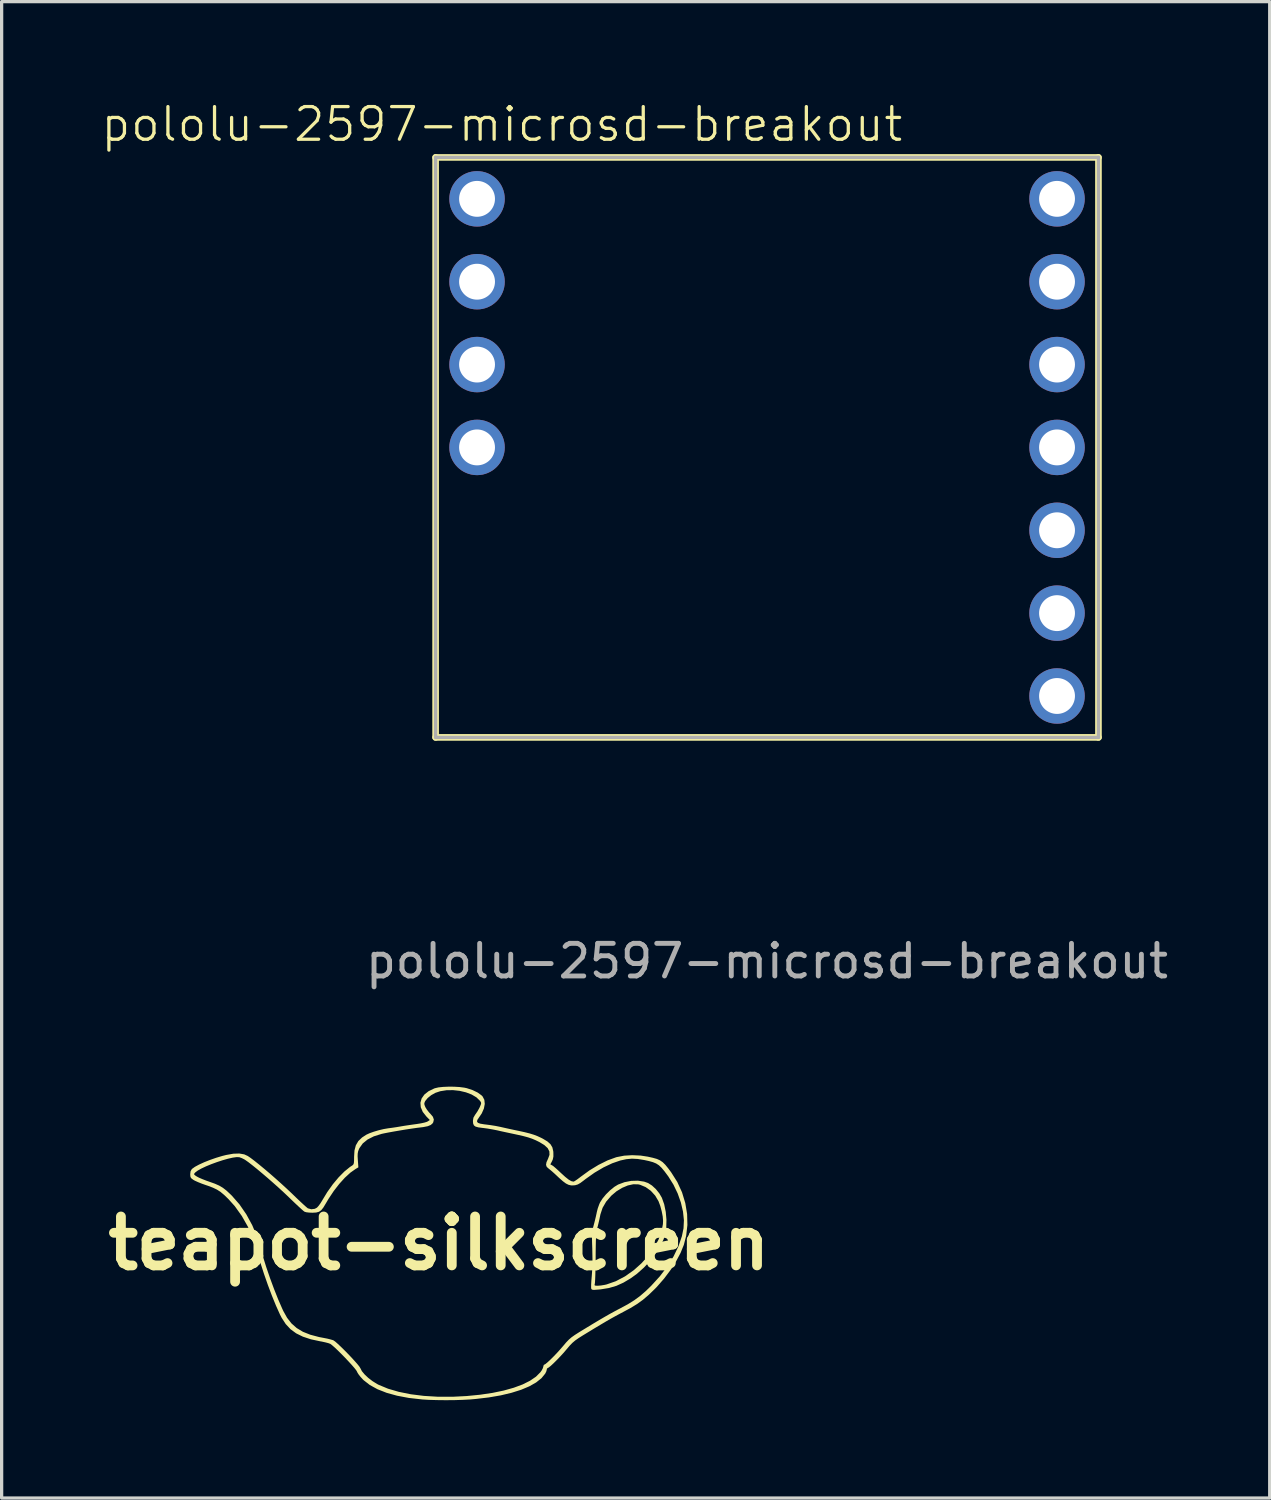
<source format=kicad_pcb>
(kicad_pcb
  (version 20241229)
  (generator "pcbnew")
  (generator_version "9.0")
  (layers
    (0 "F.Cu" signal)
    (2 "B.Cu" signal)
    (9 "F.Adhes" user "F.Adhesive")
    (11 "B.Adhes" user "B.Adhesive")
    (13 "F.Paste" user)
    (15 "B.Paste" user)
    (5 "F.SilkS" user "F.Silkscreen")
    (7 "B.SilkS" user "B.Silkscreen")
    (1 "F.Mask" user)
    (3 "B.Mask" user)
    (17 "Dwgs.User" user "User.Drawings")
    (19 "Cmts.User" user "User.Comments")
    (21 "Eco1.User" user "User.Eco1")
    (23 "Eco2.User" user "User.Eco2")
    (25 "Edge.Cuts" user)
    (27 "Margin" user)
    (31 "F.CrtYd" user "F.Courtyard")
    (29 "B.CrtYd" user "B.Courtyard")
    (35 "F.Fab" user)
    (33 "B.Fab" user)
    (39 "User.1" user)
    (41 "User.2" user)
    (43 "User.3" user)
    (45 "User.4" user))
  (footprint "pololu-2597-microsd-breakout"
    (layer "F.Cu")
    (at 20.464 10.666)
    (property "Reference" "pololu-2597-microsd-breakout" (at -8.128 -9.906 0) (unlocked yes) (layer "F.SilkS") (effects (font (size 1 1) (thickness 0.1))))
    (attr through_hole)
    (fp_line (start -10.16 -8.89) (end -10.16 8.89) (stroke (width 0.203) (type default)) (layer "F.SilkS"))
    (fp_line (start -10.16 -8.89) (end 10.16 -8.89) (stroke (width 0.203) (type default)) (layer "F.SilkS"))
    (fp_line (start -10.16 8.89) (end 10.16 8.89) (stroke (width 0.203) (type default)) (layer "F.SilkS"))
    (fp_line (start 10.16 -8.89) (end 10.16 8.89) (stroke (width 0.203) (type default)) (layer "F.SilkS"))
    (fp_line (start -10.16 -8.89) (end -10.16 8.89) (stroke (width 0.102) (type default)) (layer "F.Fab"))
    (fp_line (start -10.16 -8.89) (end 10.16 -8.89) (stroke (width 0.102) (type default)) (layer "F.Fab"))
    (fp_line (start -10.16 8.89) (end 10.16 8.89) (stroke (width 0.102) (type default)) (layer "F.Fab"))
    (fp_line (start 10.16 8.89) (end 10.16 -8.89) (stroke (width 0.102) (type default)) (layer "F.Fab"))
    (fp_text user "${REFERENCE}" (at 0 15.748 0) (unlocked yes) (layer "F.Fab") (effects (font (size 1 1) (thickness 0.15))))
    (pad "1" thru_hole circle (at -8.89 -2.54) (size 1.7 1.7) (drill 1.1) (layers "*.Cu" "*.Mask"))
    (pad "2" thru_hole circle (at 8.89 5.08) (size 1.7 1.7) (drill 1.1) (layers "*.Cu" "*.Mask"))
    (pad "3" thru_hole circle (at 8.89 -2.54) (size 1.7 1.7) (drill 1.1) (layers "*.Cu" "*.Mask"))
    (pad "4" thru_hole circle (at -8.89 -5.08) (size 1.7 1.7) (drill 1.1) (layers "*.Cu" "*.Mask"))
    (pad "4" thru_hole circle (at 8.89 -5.08) (size 1.7 1.7) (drill 1.1) (layers "*.Cu" "*.Mask"))
    (pad "5" thru_hole circle (at 8.89 2.54) (size 1.7 1.7) (drill 1.1) (layers "*.Cu" "*.Mask"))
    (pad "6" thru_hole circle (at -8.89 -7.62) (size 1.7 1.7) (drill 1.1) (layers "*.Cu" "*.Mask"))
    (pad "7" thru_hole circle (at 8.89 0) (size 1.7 1.7) (drill 1.1) (layers "*.Cu" "*.Mask"))
    (pad "8" thru_hole circle (at -8.89 0) (size 1.7 1.7) (drill 1.1) (layers "*.Cu" "*.Mask"))
    (pad "9" thru_hole circle (at 8.89 -7.62) (size 1.7 1.7) (drill 1.1) (layers "*.Cu" "*.Mask"))
    (pad "10" thru_hole circle (at 8.89 7.62) (size 1.7 1.7) (drill 1.1) (layers "*.Cu" "*.Mask")))
  (footprint "teapot-silkscreen"
    (layer "F.Cu")
    (at 10.407 35.064)
    (property "Reference" "teapot-silkscreen" (at 0 0 0) (layer "F.SilkS") (effects (font (size 1.5 1.5) (thickness 0.3))))
    (attr board_only exclude_from_pos_files exclude_from_bom)
    (fp_poly (pts (xy 6.289 -1.89) (xy 6.411 -1.847) (xy 6.53 -1.771) (xy 6.65 -1.66) (xy 6.756 -1.528) (xy 6.834 -1.394) (xy 6.905 -1.193) (xy 6.952 -0.963) (xy 6.974 -0.72) (xy 6.968 -0.481) (xy 6.948 -0.335) (xy 6.888 -0.127) (xy 6.785 0.092) (xy 6.646 0.316) (xy 6.477 0.536) (xy 6.284 0.744) (xy 6.073 0.932) (xy 5.882 1.071) (xy 5.654 1.207) (xy 5.437 1.305) (xy 5.211 1.371) (xy 4.96 1.412) (xy 4.886 1.419) (xy 4.783 1.427) (xy 4.721 1.427) (xy 4.687 1.418) (xy 4.67 1.397) (xy 4.668 1.392) (xy 4.664 1.35) (xy 4.665 1.279) (xy 4.768 1.279) (xy 4.784 1.296) (xy 4.835 1.301) (xy 4.871 1.301) (xy 4.963 1.294) (xy 5.074 1.276) (xy 5.137 1.262) (xy 5.421 1.163) (xy 5.702 1.015) (xy 5.974 0.823) (xy 6.208 0.613) (xy 6.421 0.377) (xy 6.595 0.135) (xy 6.729 -0.11) (xy 6.82 -0.351) (xy 6.865 -0.585) (xy 6.87 -0.687) (xy 6.859 -0.823) (xy 6.828 -0.982) (xy 6.785 -1.143) (xy 6.733 -1.282) (xy 6.73 -1.29) (xy 6.627 -1.463) (xy 6.493 -1.61) (xy 6.336 -1.722) (xy 6.167 -1.793) (xy 6.113 -1.806) (xy 5.959 -1.81) (xy 5.79 -1.773) (xy 5.614 -1.699) (xy 5.441 -1.593) (xy 5.282 -1.458) (xy 5.281 -1.456) (xy 5.125 -1.276) (xy 5.016 -1.088) (xy 4.949 -0.885) (xy 4.941 -0.845) (xy 4.919 -0.738) (xy 4.889 -0.609) (xy 4.86 -0.494) (xy 4.844 -0.43) (xy 4.832 -0.363) (xy 4.823 -0.287) (xy 4.816 -0.193) (xy 4.81 -0.075) (xy 4.807 0.074) (xy 4.804 0.263) (xy 4.803 0.442) (xy 4.801 0.636) (xy 4.797 0.816) (xy 4.793 0.973) (xy 4.788 1.101) (xy 4.783 1.192) (xy 4.778 1.24) (xy 4.777 1.243) (xy 4.768 1.279) (xy 4.665 1.279) (xy 4.665 1.268) (xy 4.671 1.157) (xy 4.682 1.028) (xy 4.684 1.007) (xy 4.701 0.767) (xy 4.706 0.498) (xy 4.7 0.188) (xy 4.7 0.17) (xy 4.694 -0.005) (xy 4.691 -0.138) (xy 4.691 -0.241) (xy 4.696 -0.322) (xy 4.705 -0.393) (xy 4.72 -0.465) (xy 4.741 -0.546) (xy 4.745 -0.56) (xy 4.778 -0.687) (xy 4.809 -0.817) (xy 4.833 -0.926) (xy 4.837 -0.949) (xy 4.867 -1.066) (xy 4.911 -1.19) (xy 4.936 -1.248) (xy 5.012 -1.369) (xy 5.12 -1.5) (xy 5.247 -1.625) (xy 5.378 -1.731) (xy 5.491 -1.8) (xy 5.687 -1.873) (xy 5.894 -1.913) (xy 6.099 -1.919)) (stroke (width 0) (type solid)) (fill yes) (layer "F.SilkS"))
    (fp_poly (pts (xy 0.464 -4.8) (xy 0.631 -4.79) (xy 0.777 -4.771) (xy 0.852 -4.755) (xy 1.033 -4.695) (xy 1.186 -4.621) (xy 1.302 -4.537) (xy 1.337 -4.502) (xy 1.391 -4.398) (xy 1.404 -4.272) (xy 1.377 -4.131) (xy 1.312 -3.982) (xy 1.224 -3.853) (xy 1.177 -3.783) (xy 1.166 -3.731) (xy 1.194 -3.693) (xy 1.266 -3.667) (xy 1.385 -3.647) (xy 1.437 -3.641) (xy 1.576 -3.623) (xy 1.733 -3.598) (xy 1.878 -3.569) (xy 1.891 -3.566) (xy 2.015 -3.538) (xy 2.168 -3.504) (xy 2.327 -3.47) (xy 2.433 -3.448) (xy 2.625 -3.406) (xy 2.777 -3.368) (xy 2.904 -3.329) (xy 3.017 -3.286) (xy 3.13 -3.234) (xy 3.183 -3.207) (xy 3.323 -3.123) (xy 3.418 -3.038) (xy 3.476 -2.94) (xy 3.504 -2.82) (xy 3.507 -2.775) (xy 3.508 -2.66) (xy 3.49 -2.572) (xy 3.466 -2.517) (xy 3.414 -2.419) (xy 3.47 -2.389) (xy 3.512 -2.36) (xy 3.58 -2.302) (xy 3.664 -2.226) (xy 3.735 -2.159) (xy 3.87 -2.036) (xy 3.977 -1.951) (xy 4.059 -1.904) (xy 4.12 -1.891) (xy 4.138 -1.894) (xy 4.176 -1.916) (xy 4.242 -1.961) (xy 4.322 -2.021) (xy 4.333 -2.03) (xy 4.613 -2.234) (xy 4.894 -2.405) (xy 5.168 -2.541) (xy 5.428 -2.636) (xy 5.455 -2.643) (xy 5.677 -2.686) (xy 5.925 -2.701) (xy 6.182 -2.689) (xy 6.399 -2.656) (xy 6.556 -2.621) (xy 6.677 -2.587) (xy 6.774 -2.544) (xy 6.857 -2.487) (xy 6.938 -2.407) (xy 7.027 -2.298) (xy 7.12 -2.173) (xy 7.307 -1.877) (xy 7.451 -1.562) (xy 7.551 -1.233) (xy 7.607 -0.897) (xy 7.616 -0.561) (xy 7.578 -0.23) (xy 7.507 0.047) (xy 7.408 0.291) (xy 7.27 0.552) (xy 7.1 0.818) (xy 6.903 1.08) (xy 6.687 1.328) (xy 6.61 1.407) (xy 6.426 1.585) (xy 6.252 1.733) (xy 6.073 1.862) (xy 5.874 1.984) (xy 5.66 2.099) (xy 5.535 2.165) (xy 5.409 2.233) (xy 5.276 2.307) (xy 5.13 2.391) (xy 4.963 2.49) (xy 4.769 2.606) (xy 4.541 2.745) (xy 4.406 2.827) (xy 4.275 2.91) (xy 4.176 2.98) (xy 4.093 3.05) (xy 4.012 3.133) (xy 3.92 3.241) (xy 3.91 3.253) (xy 3.815 3.364) (xy 3.712 3.476) (xy 3.609 3.583) (xy 3.512 3.679) (xy 3.429 3.756) (xy 3.366 3.807) (xy 3.33 3.826) (xy 3.33 3.826) (xy 3.309 3.847) (xy 3.305 3.871) (xy 3.292 3.924) (xy 3.26 3.99) (xy 3.257 3.995) (xy 3.142 4.136) (xy 2.979 4.266) (xy 2.77 4.385) (xy 2.518 4.491) (xy 2.225 4.583) (xy 1.895 4.662) (xy 1.529 4.725) (xy 1.131 4.772) (xy 0.95 4.788) (xy 0.724 4.8) (xy 0.47 4.808) (xy 0.202 4.81) (xy -0.063 4.807) (xy -0.309 4.8) (xy -0.52 4.787) (xy -0.525 4.786) (xy -0.923 4.741) (xy -1.284 4.673) (xy -1.605 4.584) (xy -1.885 4.474) (xy -2.121 4.344) (xy -2.311 4.196) (xy -2.33 4.177) (xy -2.406 4.094) (xy -2.469 4.013) (xy -2.508 3.949) (xy -2.512 3.936) (xy -2.538 3.892) (xy -2.595 3.82) (xy -2.676 3.727) (xy -2.774 3.62) (xy -2.882 3.505) (xy -2.993 3.392) (xy -3.101 3.285) (xy -3.197 3.194) (xy -3.276 3.125) (xy -3.331 3.084) (xy -3.335 3.082) (xy -3.392 3.061) (xy -3.484 3.037) (xy -3.594 3.013) (xy -3.635 3.006) (xy -3.925 2.944) (xy -4.171 2.863) (xy -4.378 2.761) (xy -4.552 2.633) (xy -4.698 2.476) (xy -4.822 2.285) (xy -4.876 2.18) (xy -4.997 1.911) (xy -5.122 1.605) (xy -5.246 1.276) (xy -5.364 0.938) (xy -5.471 0.607) (xy -5.562 0.296) (xy -5.585 0.208) (xy -5.702 -0.155) (xy -5.857 -0.507) (xy -6.045 -0.838) (xy -6.26 -1.139) (xy -6.455 -1.356) (xy -6.583 -1.48) (xy -6.694 -1.573) (xy -6.805 -1.645) (xy -6.931 -1.705) (xy -7.086 -1.764) (xy -7.146 -1.784) (xy -7.27 -1.828) (xy -7.387 -1.875) (xy -7.48 -1.917) (xy -7.524 -1.941) (xy -7.587 -1.986) (xy -7.617 -2.029) (xy -7.625 -2.092) (xy -7.625 -2.117) (xy -7.624 -2.131) (xy -7.505 -2.131) (xy -7.504 -2.106) (xy -7.47 -2.077) (xy -7.422 -2.046) (xy -7.354 -2.01) (xy -7.251 -1.966) (xy -7.13 -1.919) (xy -7.042 -1.888) (xy -6.873 -1.828) (xy -6.739 -1.769) (xy -6.626 -1.702) (xy -6.516 -1.617) (xy -6.395 -1.504) (xy -6.35 -1.46) (xy -6.116 -1.193) (xy -5.905 -0.886) (xy -5.723 -0.551) (xy -5.574 -0.196) (xy -5.481 0.104) (xy -5.396 0.407) (xy -5.294 0.733) (xy -5.178 1.071) (xy -5.055 1.404) (xy -4.93 1.718) (xy -4.807 2) (xy -4.772 2.076) (xy -4.656 2.284) (xy -4.521 2.457) (xy -4.362 2.598) (xy -4.171 2.713) (xy -3.945 2.803) (xy -3.677 2.874) (xy -3.53 2.902) (xy -3.418 2.924) (xy -3.318 2.949) (xy -3.246 2.971) (xy -3.231 2.978) (xy -3.18 3.014) (xy -3.104 3.081) (xy -3.009 3.17) (xy -2.902 3.275) (xy -2.791 3.388) (xy -2.682 3.502) (xy -2.583 3.611) (xy -2.499 3.706) (xy -2.439 3.781) (xy -2.41 3.829) (xy -2.408 3.832) (xy -2.363 3.92) (xy -2.279 4.021) (xy -2.168 4.126) (xy -2.037 4.226) (xy -1.898 4.313) (xy -1.848 4.339) (xy -1.561 4.458) (xy -1.232 4.554) (xy -0.865 4.628) (xy -0.465 4.678) (xy -0.037 4.704) (xy 0.415 4.705) (xy 0.846 4.683) (xy 1.257 4.643) (xy 1.637 4.587) (xy 1.983 4.515) (xy 2.293 4.428) (xy 2.563 4.328) (xy 2.791 4.214) (xy 2.974 4.089) (xy 3.11 3.952) (xy 3.153 3.891) (xy 3.186 3.825) (xy 3.201 3.77) (xy 3.201 3.767) (xy 3.213 3.728) (xy 3.226 3.722) (xy 3.262 3.703) (xy 3.324 3.652) (xy 3.407 3.576) (xy 3.504 3.48) (xy 3.607 3.373) (xy 3.709 3.261) (xy 3.805 3.15) (xy 3.806 3.149) (xy 3.9 3.038) (xy 3.982 2.953) (xy 4.064 2.882) (xy 4.161 2.813) (xy 4.288 2.732) (xy 4.302 2.723) (xy 4.55 2.572) (xy 4.761 2.444) (xy 4.941 2.337) (xy 5.097 2.246) (xy 5.237 2.166) (xy 5.365 2.096) (xy 5.49 2.029) (xy 5.556 1.995) (xy 5.788 1.87) (xy 5.984 1.748) (xy 6.162 1.618) (xy 6.336 1.468) (xy 6.506 1.303) (xy 6.773 1.01) (xy 7.003 0.707) (xy 7.194 0.398) (xy 7.343 0.088) (xy 7.447 -0.216) (xy 7.497 -0.459) (xy 7.509 -0.705) (xy 7.481 -0.972) (xy 7.416 -1.249) (xy 7.318 -1.527) (xy 7.189 -1.796) (xy 7.032 -2.047) (xy 7.016 -2.069) (xy 6.911 -2.21) (xy 6.823 -2.315) (xy 6.743 -2.391) (xy 6.658 -2.446) (xy 6.559 -2.487) (xy 6.433 -2.522) (xy 6.295 -2.552) (xy 6.092 -2.585) (xy 5.915 -2.594) (xy 5.743 -2.578) (xy 5.559 -2.538) (xy 5.312 -2.453) (xy 5.047 -2.328) (xy 4.772 -2.166) (xy 4.496 -1.971) (xy 4.428 -1.918) (xy 4.332 -1.847) (xy 4.256 -1.804) (xy 4.184 -1.782) (xy 4.14 -1.776) (xy 4.054 -1.774) (xy 3.975 -1.792) (xy 3.893 -1.832) (xy 3.799 -1.902) (xy 3.683 -2.004) (xy 3.643 -2.042) (xy 3.551 -2.128) (xy 3.463 -2.207) (xy 3.392 -2.266) (xy 3.364 -2.288) (xy 3.304 -2.342) (xy 3.282 -2.405) (xy 3.296 -2.485) (xy 3.345 -2.594) (xy 3.388 -2.711) (xy 3.384 -2.817) (xy 3.332 -2.917) (xy 3.23 -3.011) (xy 3.079 -3.103) (xy 2.963 -3.16) (xy 2.851 -3.207) (xy 2.732 -3.247) (xy 2.592 -3.285) (xy 2.42 -3.324) (xy 2.329 -3.344) (xy 2.179 -3.376) (xy 2.019 -3.41) (xy 1.872 -3.442) (xy 1.787 -3.462) (xy 1.646 -3.49) (xy 1.489 -3.517) (xy 1.347 -3.536) (xy 1.333 -3.537) (xy 1.205 -3.554) (xy 1.12 -3.578) (xy 1.071 -3.615) (xy 1.047 -3.672) (xy 1.041 -3.755) (xy 1.041 -3.755) (xy 1.056 -3.85) (xy 1.109 -3.942) (xy 1.12 -3.956) (xy 1.18 -4.044) (xy 1.237 -4.146) (xy 1.252 -4.178) (xy 1.283 -4.251) (xy 1.293 -4.296) (xy 1.283 -4.33) (xy 1.256 -4.369) (xy 1.149 -4.473) (xy 1.003 -4.56) (xy 0.828 -4.627) (xy 0.634 -4.673) (xy 0.431 -4.695) (xy 0.23 -4.692) (xy 0.04 -4.662) (xy -0.11 -4.612) (xy -0.236 -4.542) (xy -0.345 -4.454) (xy -0.42 -4.363) (xy -0.428 -4.348) (xy -0.449 -4.297) (xy -0.446 -4.248) (xy -0.419 -4.179) (xy -0.418 -4.175) (xy -0.37 -4.097) (xy -0.303 -4.011) (xy -0.263 -3.97) (xy -0.186 -3.878) (xy -0.157 -3.793) (xy -0.175 -3.711) (xy -0.195 -3.677) (xy -0.252 -3.627) (xy -0.345 -3.589) (xy -0.482 -3.562) (xy -0.547 -3.554) (xy -0.674 -3.539) (xy -0.833 -3.516) (xy -1.012 -3.489) (xy -1.199 -3.458) (xy -1.38 -3.427) (xy -1.545 -3.397) (xy -1.679 -3.371) (xy -1.757 -3.354) (xy -1.996 -3.279) (xy -2.189 -3.181) (xy -2.336 -3.061) (xy -2.438 -2.918) (xy -2.452 -2.889) (xy -2.478 -2.82) (xy -2.491 -2.752) (xy -2.494 -2.667) (xy -2.487 -2.55) (xy -2.471 -2.328) (xy -2.556 -2.278) (xy -2.716 -2.165) (xy -2.885 -2.01) (xy -3.057 -1.82) (xy -3.225 -1.603) (xy -3.383 -1.366) (xy -3.473 -1.214) (xy -3.546 -1.093) (xy -3.61 -1.013) (xy -3.679 -0.966) (xy -3.764 -0.943) (xy -3.876 -0.937) (xy -3.883 -0.937) (xy -3.983 -0.941) (xy -4.069 -0.952) (xy -4.12 -0.967) (xy -4.155 -0.993) (xy -4.22 -1.05) (xy -4.31 -1.133) (xy -4.419 -1.235) (xy -4.541 -1.352) (xy -4.607 -1.416) (xy -4.749 -1.551) (xy -4.908 -1.697) (xy -5.077 -1.848) (xy -5.249 -1.999) (xy -5.418 -2.143) (xy -5.578 -2.277) (xy -5.722 -2.393) (xy -5.843 -2.487) (xy -5.935 -2.552) (xy -5.96 -2.568) (xy -6.038 -2.608) (xy -6.113 -2.636) (xy -6.123 -2.639) (xy -6.205 -2.642) (xy -6.324 -2.625) (xy -6.47 -2.592) (xy -6.635 -2.545) (xy -6.808 -2.488) (xy -6.98 -2.425) (xy -7.143 -2.358) (xy -7.285 -2.291) (xy -7.398 -2.227) (xy -7.472 -2.171) (xy -7.478 -2.165) (xy -7.505 -2.131) (xy -7.624 -2.131) (xy -7.615 -2.208) (xy -7.579 -2.271) (xy -7.567 -2.283) (xy -7.482 -2.344) (xy -7.356 -2.412) (xy -7.199 -2.484) (xy -7.022 -2.554) (xy -6.833 -2.62) (xy -6.644 -2.677) (xy -6.524 -2.707) (xy -6.305 -2.746) (xy -6.121 -2.752) (xy -5.97 -2.726) (xy -5.863 -2.677) (xy -5.777 -2.619) (xy -5.659 -2.53) (xy -5.518 -2.417) (xy -5.358 -2.285) (xy -5.187 -2.14) (xy -5.012 -1.987) (xy -4.84 -1.833) (xy -4.676 -1.683) (xy -4.527 -1.543) (xy -4.503 -1.52) (xy -4.377 -1.398) (xy -4.261 -1.288) (xy -4.16 -1.194) (xy -4.081 -1.123) (xy -4.03 -1.08) (xy -4.016 -1.071) (xy -3.913 -1.043) (xy -3.806 -1.057) (xy -3.74 -1.093) (xy -3.695 -1.142) (xy -3.637 -1.22) (xy -3.58 -1.312) (xy -3.577 -1.318) (xy -3.423 -1.572) (xy -3.254 -1.809) (xy -3.077 -2.021) (xy -2.9 -2.2) (xy -2.728 -2.34) (xy -2.675 -2.374) (xy -2.641 -2.398) (xy -2.619 -2.426) (xy -2.608 -2.468) (xy -2.603 -2.538) (xy -2.602 -2.648) (xy -2.602 -2.652) (xy -2.59 -2.847) (xy -2.548 -3.004) (xy -2.472 -3.134) (xy -2.357 -3.244) (xy -2.228 -3.328) (xy -2.129 -3.374) (xy -1.996 -3.421) (xy -1.844 -3.466) (xy -1.692 -3.502) (xy -1.557 -3.525) (xy -1.548 -3.526) (xy -1.442 -3.54) (xy -1.313 -3.559) (xy -1.187 -3.58) (xy -1.184 -3.581) (xy -1.064 -3.601) (xy -0.916 -3.623) (xy -0.765 -3.645) (xy -0.695 -3.654) (xy -0.562 -3.675) (xy -0.45 -3.699) (xy -0.371 -3.723) (xy -0.347 -3.735) (xy -0.28 -3.779) (xy -0.386 -3.887) (xy -0.497 -4.028) (xy -0.558 -4.17) (xy -0.569 -4.309) (xy -0.532 -4.439) (xy -0.448 -4.559) (xy -0.319 -4.662) (xy -0.145 -4.746) (xy -0.122 -4.754) (xy -0.016 -4.779) (xy 0.126 -4.794) (xy 0.291 -4.801)) (stroke (width 0) (type solid)) (fill yes) (layer "F.SilkS")))
  (gr_rect
    (start -3 -3)
    (end 35.874 42.874)
    (stroke (width 0.1) (type default))
    (fill no)
    (layer "Edge.Cuts")))
</source>
